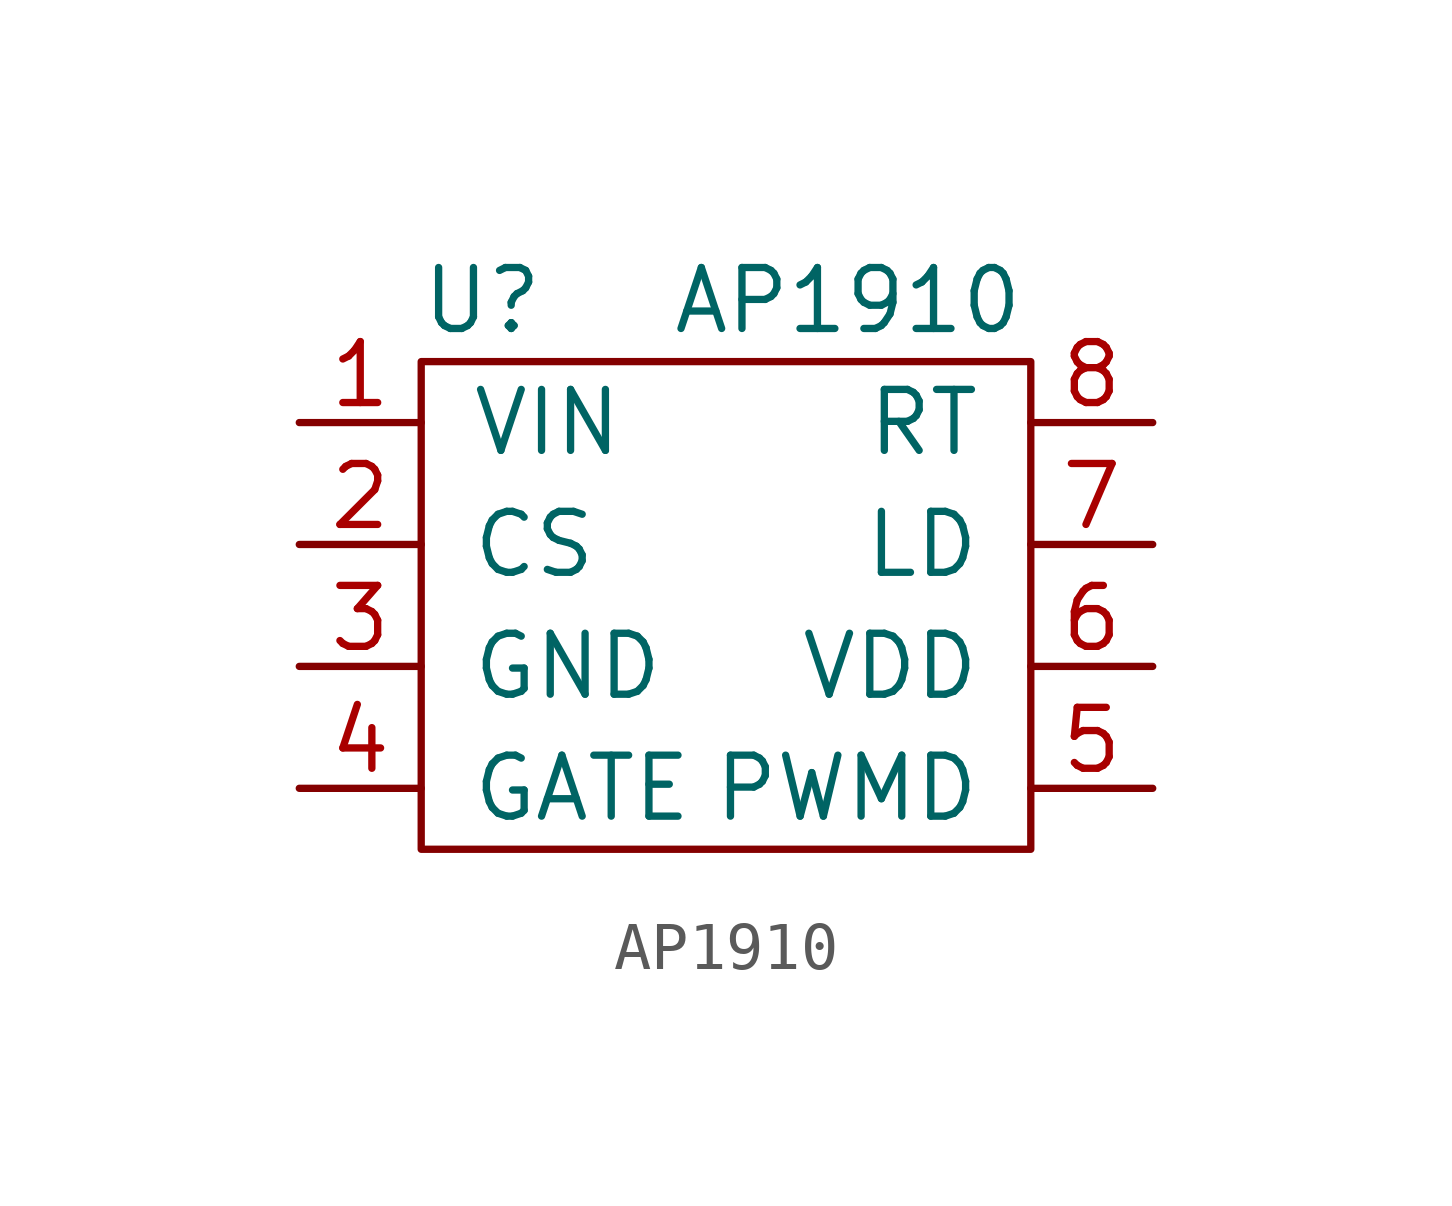
<source format=kicad_sym>
(kicad_symbol_lib
  (version 20220914)
  (generator kicad_symbol_editor)
  (symbol "AP1910"
    (pin_names
      (offset 1.016))
    (property "Reference" "U"
      (at -2.54 0 0)
      (effects (font (size 1.27 1.27))))
    (property "Value" "AP1910"
      (at 5.08 0 0)
      (effects (font (size 1.27 1.27))))
    (symbol "AP1910_0_0"
      (pin power_in line (at -6.35 -2.54 0) (length 2.54) (name "VIN" (effects (font (size 1.27 1.27)))) (number "1" (effects (font (size 1.27 1.27)))))
      (pin input line (at -6.35 -5.08 0) (length 2.54) (name "CS" (effects (font (size 1.27 1.27)))) (number "2" (effects (font (size 1.27 1.27)))))
      (pin power_in line (at -6.35 -7.62 0) (length 2.54) (name "GND" (effects (font (size 1.27 1.27)))) (number "3" (effects (font (size 1.27 1.27)))))
      (pin output line (at -6.35 -10.16 0) (length 2.54) (name "GATE" (effects (font (size 1.27 1.27)))) (number "4" (effects (font (size 1.27 1.27)))))
      (pin input line (at 11.43 -10.16 180) (length 2.54) (name "PWMD" (effects (font (size 1.27 1.27)))) (number "5" (effects (font (size 1.27 1.27)))))
      (pin bidirectional line (at 11.43 -7.62 180) (length 2.54) (name "VDD" (effects (font (size 1.27 1.27)))) (number "6" (effects (font (size 1.27 1.27)))))
      (pin input line (at 11.43 -5.08 180) (length 2.54) (name "LD" (effects (font (size 1.27 1.27)))) (number "7" (effects (font (size 1.27 1.27)))))
      (pin input line (at 11.43 -2.54 180) (length 2.54) (name "RT" (effects (font (size 1.27 1.27)))) (number "8" (effects (font (size 1.27 1.27))))))
    (symbol "AP1910_0_1"
      (rectangle (start -3.81 -1.27) (end 8.89 -11.43) (stroke (width 0) (type solid)) (fill (type none))))))
</source>
